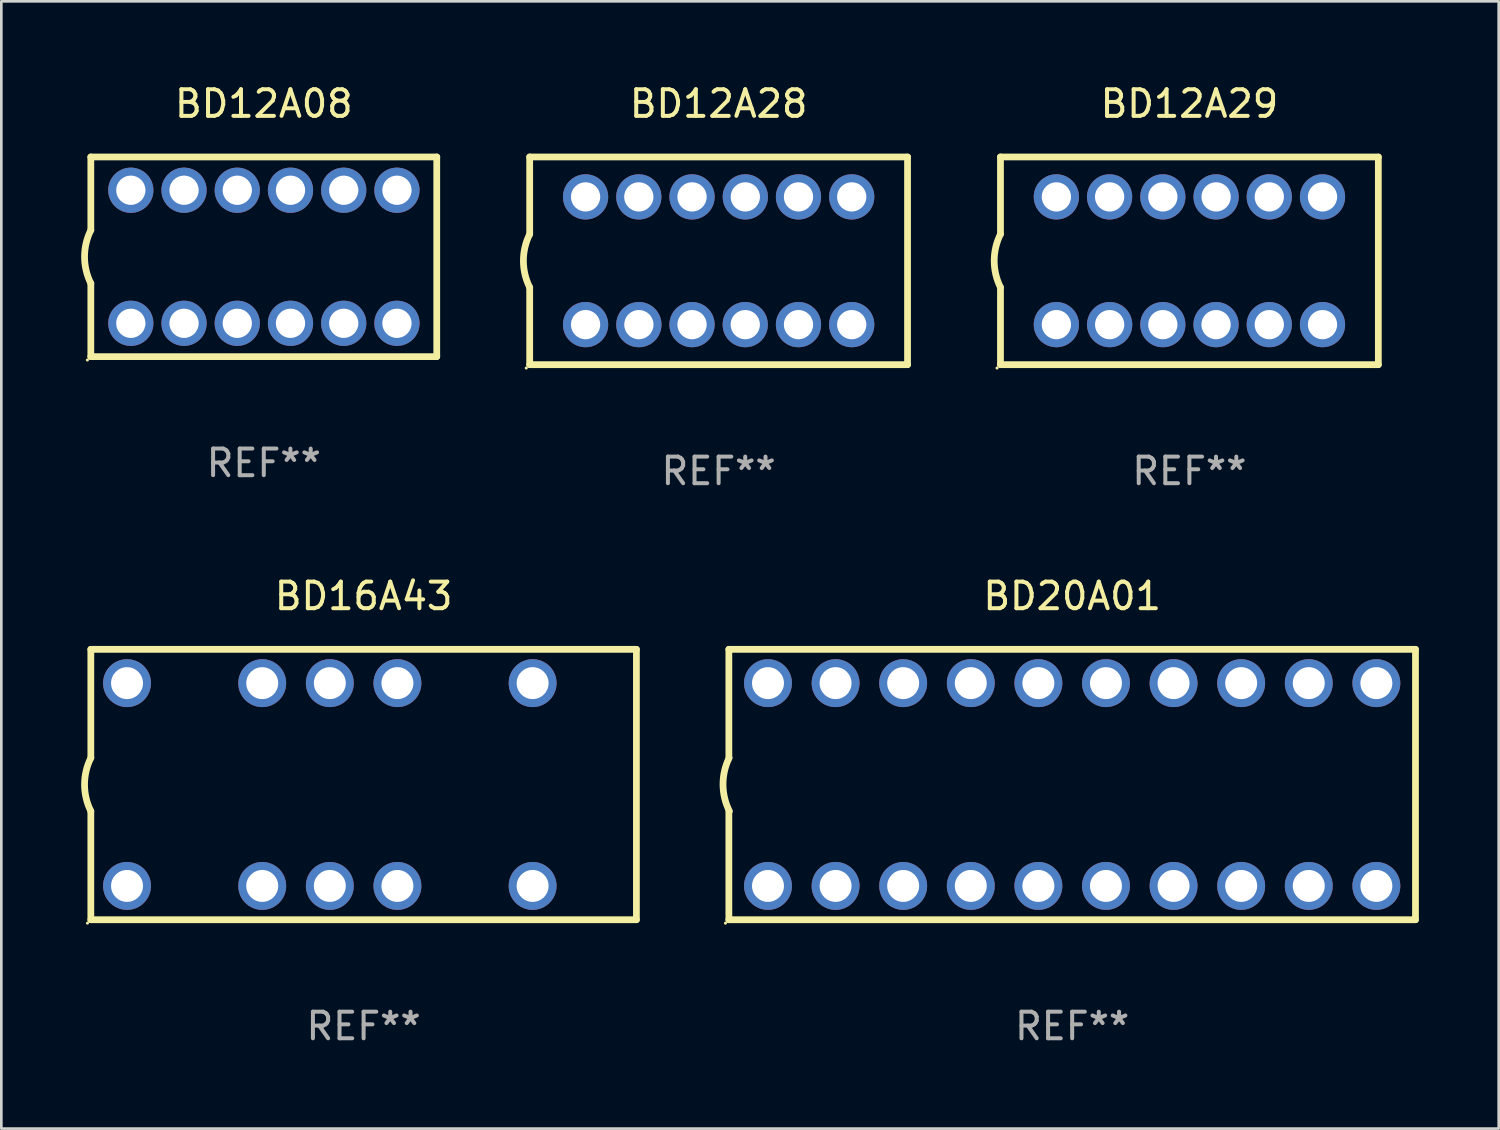
<source format=kicad_pcb>
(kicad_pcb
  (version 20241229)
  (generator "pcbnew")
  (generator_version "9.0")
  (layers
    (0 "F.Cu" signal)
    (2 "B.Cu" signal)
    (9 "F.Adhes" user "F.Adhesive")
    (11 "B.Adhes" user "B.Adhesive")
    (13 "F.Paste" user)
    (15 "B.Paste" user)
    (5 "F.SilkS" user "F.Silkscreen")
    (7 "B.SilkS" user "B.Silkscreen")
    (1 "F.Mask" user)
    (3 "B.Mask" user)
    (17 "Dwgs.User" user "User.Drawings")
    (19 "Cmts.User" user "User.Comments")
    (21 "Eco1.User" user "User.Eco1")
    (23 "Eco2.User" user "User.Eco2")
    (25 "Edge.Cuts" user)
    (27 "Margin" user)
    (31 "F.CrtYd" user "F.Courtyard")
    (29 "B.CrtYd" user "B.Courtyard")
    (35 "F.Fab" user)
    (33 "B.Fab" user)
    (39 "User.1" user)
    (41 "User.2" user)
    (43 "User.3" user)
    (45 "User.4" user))
  (footprint "BD16A43"
    (layer "F.Cu")
    (at 10.613 26.429)
    (property "Reference" "BD16A43" (at 0 -7.08 0) (layer "F.SilkS") (effects (font (size 1 1) (thickness 0.15))))
    (attr through_hole)
    (fp_line (start -10.25 -5.08) (end 10.25 -5.08) (stroke (width 0.254) (type solid)) (layer "F.SilkS"))
    (fp_line (start -10.25 -1) (end -10.25 -5.08) (stroke (width 0.254) (type solid)) (layer "F.SilkS"))
    (fp_line (start -10.25 5.08) (end -10.25 1) (stroke (width 0.254) (type solid)) (layer "F.SilkS"))
    (fp_line (start 10.25 -5.08) (end 10.25 5.08) (stroke (width 0.254) (type solid)) (layer "F.SilkS"))
    (fp_line (start 10.25 5.08) (end -10.25 5.08) (stroke (width 0.254) (type solid)) (layer "F.SilkS"))
    (fp_arc (start -10.249987 1) (mid -10.486055 0) (end -10.249987 -1) (stroke (width 0.254001) (type solid)) (layer "F.SilkS"))
    (fp_circle (center -10.377 5.207) (end -10.347 5.207) (stroke (width 0.06) (type solid)) (fill no) (layer "F.SilkS"))
    (fp_text user "REF**" (at 0 9.08 0) (layer "F.Fab") (effects (font (size 1 1) (thickness 0.15))))
    (pad "1" thru_hole circle (at -8.89 3.81) (size 1.8 1.8) (drill 1.2) (layers "*.Cu" "*.Mask"))
    (pad "3" thru_hole circle (at -3.81 3.81) (size 1.8 1.8) (drill 1.2) (layers "*.Cu" "*.Mask"))
    (pad "4" thru_hole circle (at -1.27 3.81) (size 1.8 1.8) (drill 1.2) (layers "*.Cu" "*.Mask"))
    (pad "5" thru_hole circle (at 1.27 3.81) (size 1.8 1.8) (drill 1.2) (layers "*.Cu" "*.Mask"))
    (pad "7" thru_hole circle (at 6.35 3.81) (size 1.8 1.8) (drill 1.2) (layers "*.Cu" "*.Mask"))
    (pad "10" thru_hole circle (at 6.35 -3.81) (size 1.8 1.8) (drill 1.2) (layers "*.Cu" "*.Mask"))
    (pad "12" thru_hole circle (at 1.27 -3.81) (size 1.8 1.8) (drill 1.2) (layers "*.Cu" "*.Mask"))
    (pad "13" thru_hole circle (at -1.27 -3.81) (size 1.8 1.8) (drill 1.2) (layers "*.Cu" "*.Mask"))
    (pad "14" thru_hole circle (at -3.81 -3.81) (size 1.8 1.8) (drill 1.2) (layers "*.Cu" "*.Mask"))
    (pad "16" thru_hole circle (at -8.89 -3.81) (size 1.8 1.8) (drill 1.2) (layers "*.Cu" "*.Mask")))
  (footprint "BD20A01"
    (layer "F.Cu")
    (at 37.237 26.429)
    (property "Reference" "BD20A01" (at 0 -7.08 0) (layer "F.SilkS") (effects (font (size 1 1) (thickness 0.15))))
    (attr through_hole)
    (fp_line (start -12.9 -5.08) (end -12.9 -1) (stroke (width 0.254) (type solid)) (layer "F.SilkS"))
    (fp_line (start -12.9 -5.08) (end 12.9 -5.08) (stroke (width 0.254) (type solid)) (layer "F.SilkS"))
    (fp_line (start -12.9 5.08) (end -12.9 1) (stroke (width 0.254) (type solid)) (layer "F.SilkS"))
    (fp_line (start 12.9 -5.08) (end 12.9 5.08) (stroke (width 0.254) (type solid)) (layer "F.SilkS"))
    (fp_line (start 12.9 5.08) (end -12.9 5.08) (stroke (width 0.254) (type solid)) (layer "F.SilkS"))
    (fp_arc (start -12.88001 1) (mid -13.11949 0.00117) (end -12.889992 -1) (stroke (width 0.254001) (type solid)) (layer "F.SilkS"))
    (fp_circle (center -13.027 5.207) (end -12.997 5.207) (stroke (width 0.06) (type solid)) (fill no) (layer "F.SilkS"))
    (fp_text user "REF**" (at 0 9.08 0) (layer "F.Fab") (effects (font (size 1 1) (thickness 0.15))))
    (pad "1" thru_hole circle (at -11.43 3.81) (size 1.8 1.8) (drill 1.2) (layers "*.Cu" "*.Mask"))
    (pad "2" thru_hole circle (at -8.89 3.81) (size 1.8 1.8) (drill 1.2) (layers "*.Cu" "*.Mask"))
    (pad "3" thru_hole circle (at -6.35 3.81) (size 1.8 1.8) (drill 1.2) (layers "*.Cu" "*.Mask"))
    (pad "4" thru_hole circle (at -3.81 3.81) (size 1.8 1.8) (drill 1.2) (layers "*.Cu" "*.Mask"))
    (pad "5" thru_hole circle (at -1.27 3.81) (size 1.8 1.8) (drill 1.2) (layers "*.Cu" "*.Mask"))
    (pad "6" thru_hole circle (at 1.27 3.81) (size 1.8 1.8) (drill 1.2) (layers "*.Cu" "*.Mask"))
    (pad "7" thru_hole circle (at 3.81 3.81) (size 1.8 1.8) (drill 1.2) (layers "*.Cu" "*.Mask"))
    (pad "8" thru_hole circle (at 6.35 3.81) (size 1.8 1.8) (drill 1.2) (layers "*.Cu" "*.Mask"))
    (pad "9" thru_hole circle (at 8.89 3.81) (size 1.8 1.8) (drill 1.2) (layers "*.Cu" "*.Mask"))
    (pad "10" thru_hole circle (at 11.43 3.81) (size 1.8 1.8) (drill 1.2) (layers "*.Cu" "*.Mask"))
    (pad "11" thru_hole circle (at 11.43 -3.81) (size 1.8 1.8) (drill 1.2) (layers "*.Cu" "*.Mask"))
    (pad "12" thru_hole circle (at 8.89 -3.81) (size 1.8 1.8) (drill 1.2) (layers "*.Cu" "*.Mask"))
    (pad "13" thru_hole circle (at 6.35 -3.81) (size 1.8 1.8) (drill 1.2) (layers "*.Cu" "*.Mask"))
    (pad "14" thru_hole circle (at 3.81 -3.81) (size 1.8 1.8) (drill 1.2) (layers "*.Cu" "*.Mask"))
    (pad "15" thru_hole circle (at 1.27 -3.81) (size 1.8 1.8) (drill 1.2) (layers "*.Cu" "*.Mask"))
    (pad "16" thru_hole circle (at -1.27 -3.81) (size 1.8 1.8) (drill 1.2) (layers "*.Cu" "*.Mask"))
    (pad "17" thru_hole circle (at -3.81 -3.81) (size 1.8 1.8) (drill 1.2) (layers "*.Cu" "*.Mask"))
    (pad "18" thru_hole circle (at -6.35 -3.81) (size 1.8 1.8) (drill 1.2) (layers "*.Cu" "*.Mask"))
    (pad "19" thru_hole circle (at -8.89 -3.81) (size 1.8 1.8) (drill 1.2) (layers "*.Cu" "*.Mask"))
    (pad "20" thru_hole circle (at -11.43 -3.81) (size 1.8 1.8) (drill 1.2) (layers "*.Cu" "*.Mask")))
  (footprint "BD12A28"
    (layer "F.Cu")
    (at 23.952 6.75)
    (property "Reference" "BD12A28" (at 0 -5.902 0) (layer "F.SilkS") (effects (font (size 1 1) (thickness 0.15))))
    (attr through_hole)
    (fp_line (start -7.099 -3.902) (end 7.101 -3.902) (stroke (width 0.254) (type solid)) (layer "F.SilkS"))
    (fp_line (start -7.099 -1.002) (end -7.099 -3.902) (stroke (width 0.254) (type solid)) (layer "F.SilkS"))
    (fp_line (start -7.099 3.898) (end -7.099 0.998) (stroke (width 0.254) (type solid)) (layer "F.SilkS"))
    (fp_line (start 7.099 -3.898) (end 7.099 3.902) (stroke (width 0.254) (type solid)) (layer "F.SilkS"))
    (fp_line (start 7.099 3.902) (end -7.101 3.902) (stroke (width 0.254) (type solid)) (layer "F.SilkS"))
    (fp_arc (start -7.098971 0.997981) (mid -7.335039 -0.002019) (end -7.098971 -1.002019) (stroke (width 0.254001) (type solid)) (layer "F.SilkS"))
    (fp_circle (center -7.228 4.029) (end -7.198 4.029) (stroke (width 0.06) (type solid)) (fill no) (layer "F.SilkS"))
    (fp_text user "REF**" (at 0 7.902 0) (layer "F.Fab") (effects (font (size 1 1) (thickness 0.15))))
    (pad "1" thru_hole circle (at -4.999 2.398) (size 1.7 1.7) (drill 1.1) (layers "*.Cu" "*.Mask"))
    (pad "2" thru_hole circle (at -2.997 2.398) (size 1.7 1.7) (drill 1.1) (layers "*.Cu" "*.Mask"))
    (pad "3" thru_hole circle (at -0.999 2.398) (size 1.7 1.7) (drill 1.1) (layers "*.Cu" "*.Mask"))
    (pad "4" thru_hole circle (at 1.001 2.398) (size 1.7 1.7) (drill 1.1) (layers "*.Cu" "*.Mask"))
    (pad "5" thru_hole circle (at 3.001 2.398) (size 1.7 1.7) (drill 1.1) (layers "*.Cu" "*.Mask"))
    (pad "6" thru_hole circle (at 5.001 2.398) (size 1.7 1.7) (drill 1.1) (layers "*.Cu" "*.Mask"))
    (pad "7" thru_hole circle (at 5.001 -2.402) (size 1.7 1.7) (drill 1.1) (layers "*.Cu" "*.Mask"))
    (pad "8" thru_hole circle (at 3.001 -2.402) (size 1.7 1.7) (drill 1.1) (layers "*.Cu" "*.Mask"))
    (pad "9" thru_hole circle (at 1.003 -2.402) (size 1.7 1.7) (drill 1.1) (layers "*.Cu" "*.Mask"))
    (pad "10" thru_hole circle (at -0.999 -2.402) (size 1.7 1.7) (drill 1.1) (layers "*.Cu" "*.Mask"))
    (pad "11" thru_hole circle (at -2.999 -2.402) (size 1.7 1.7) (drill 1.1) (layers "*.Cu" "*.Mask"))
    (pad "12" thru_hole circle (at -4.999 -2.402) (size 1.7 1.7) (drill 1.1) (layers "*.Cu" "*.Mask")))
  (footprint "BD12A29"
    (layer "F.Cu")
    (at 41.642 6.75)
    (property "Reference" "BD12A29" (at 0 -5.902 0) (layer "F.SilkS") (effects (font (size 1 1) (thickness 0.15))))
    (attr through_hole)
    (fp_line (start -7.099 -3.902) (end 7.101 -3.902) (stroke (width 0.254) (type solid)) (layer "F.SilkS"))
    (fp_line (start -7.099 -1.002) (end -7.099 -3.902) (stroke (width 0.254) (type solid)) (layer "F.SilkS"))
    (fp_line (start -7.099 3.898) (end -7.099 0.998) (stroke (width 0.254) (type solid)) (layer "F.SilkS"))
    (fp_line (start 7.099 -3.898) (end 7.099 3.902) (stroke (width 0.254) (type solid)) (layer "F.SilkS"))
    (fp_line (start 7.099 3.902) (end -7.101 3.902) (stroke (width 0.254) (type solid)) (layer "F.SilkS"))
    (fp_arc (start -7.098971 0.997981) (mid -7.335039 -0.002019) (end -7.098971 -1.002019) (stroke (width 0.254001) (type solid)) (layer "F.SilkS"))
    (fp_circle (center -7.228 4.029) (end -7.198 4.029) (stroke (width 0.06) (type solid)) (fill no) (layer "F.SilkS"))
    (fp_text user "REF**" (at 0 7.902 0) (layer "F.Fab") (effects (font (size 1 1) (thickness 0.15))))
    (pad "1" thru_hole circle (at -4.999 2.398) (size 1.7 1.7) (drill 1.1) (layers "*.Cu" "*.Mask"))
    (pad "2" thru_hole circle (at -2.997 2.398) (size 1.7 1.7) (drill 1.1) (layers "*.Cu" "*.Mask"))
    (pad "3" thru_hole circle (at -0.999 2.398) (size 1.7 1.7) (drill 1.1) (layers "*.Cu" "*.Mask"))
    (pad "4" thru_hole circle (at 1.001 2.398) (size 1.7 1.7) (drill 1.1) (layers "*.Cu" "*.Mask"))
    (pad "5" thru_hole circle (at 3.001 2.398) (size 1.7 1.7) (drill 1.1) (layers "*.Cu" "*.Mask"))
    (pad "6" thru_hole circle (at 5.001 2.398) (size 1.7 1.7) (drill 1.1) (layers "*.Cu" "*.Mask"))
    (pad "7" thru_hole circle (at 5.001 -2.402) (size 1.7 1.7) (drill 1.1) (layers "*.Cu" "*.Mask"))
    (pad "8" thru_hole circle (at 3.001 -2.402) (size 1.7 1.7) (drill 1.1) (layers "*.Cu" "*.Mask"))
    (pad "9" thru_hole circle (at 1.003 -2.402) (size 1.7 1.7) (drill 1.1) (layers "*.Cu" "*.Mask"))
    (pad "10" thru_hole circle (at -0.999 -2.402) (size 1.7 1.7) (drill 1.1) (layers "*.Cu" "*.Mask"))
    (pad "11" thru_hole circle (at -2.999 -2.402) (size 1.7 1.7) (drill 1.1) (layers "*.Cu" "*.Mask"))
    (pad "12" thru_hole circle (at -4.999 -2.402) (size 1.7 1.7) (drill 1.1) (layers "*.Cu" "*.Mask")))
  (footprint "BD12A08"
    (layer "F.Cu")
    (at 6.862 6.599)
    (property "Reference" "BD12A08" (at 0 -5.751 0) (layer "F.SilkS") (effects (font (size 1 1) (thickness 0.15))))
    (attr through_hole)
    (fp_line (start -6.499 -3.751) (end 6.501 -3.751) (stroke (width 0.254) (type solid)) (layer "F.SilkS"))
    (fp_line (start -6.499 -1.001) (end -6.499 -3.751) (stroke (width 0.254) (type solid)) (layer "F.SilkS"))
    (fp_line (start -6.499 3.749) (end -6.499 0.999) (stroke (width 0.254) (type solid)) (layer "F.SilkS"))
    (fp_line (start 6.499 -3.749) (end 6.499 3.751) (stroke (width 0.254) (type solid)) (layer "F.SilkS"))
    (fp_line (start 6.499 3.751) (end -6.501 3.751) (stroke (width 0.254) (type solid)) (layer "F.SilkS"))
    (fp_arc (start -6.498984 0.998997) (mid -6.735052 -0.001003) (end -6.498984 -1.001003) (stroke (width 0.254001) (type solid)) (layer "F.SilkS"))
    (fp_circle (center -6.628 3.878) (end -6.598 3.878) (stroke (width 0.06) (type solid)) (fill no) (layer "F.SilkS"))
    (fp_text user "REF**" (at 0 7.751 0) (layer "F.Fab") (effects (font (size 1 1) (thickness 0.15))))
    (pad "1" thru_hole circle (at -4.997 2.499) (size 1.7 1.7) (drill 1.1) (layers "*.Cu" "*.Mask"))
    (pad "2" thru_hole circle (at -2.997 2.499) (size 1.7 1.7) (drill 1.1) (layers "*.Cu" "*.Mask"))
    (pad "3" thru_hole circle (at -0.997 2.499) (size 1.7 1.7) (drill 1.1) (layers "*.Cu" "*.Mask"))
    (pad "4" thru_hole circle (at 1.003 2.499) (size 1.7 1.7) (drill 1.1) (layers "*.Cu" "*.Mask"))
    (pad "5" thru_hole circle (at 3.003 2.499) (size 1.7 1.7) (drill 1.1) (layers "*.Cu" "*.Mask"))
    (pad "6" thru_hole circle (at 5.003 2.499) (size 1.7 1.7) (drill 1.1) (layers "*.Cu" "*.Mask"))
    (pad "7" thru_hole circle (at 5.003 -2.501) (size 1.7 1.7) (drill 1.1) (layers "*.Cu" "*.Mask"))
    (pad "8" thru_hole circle (at 3.003 -2.501) (size 1.7 1.7) (drill 1.1) (layers "*.Cu" "*.Mask"))
    (pad "9" thru_hole circle (at 1.003 -2.501) (size 1.7 1.7) (drill 1.1) (layers "*.Cu" "*.Mask"))
    (pad "10" thru_hole circle (at -0.997 -2.501) (size 1.7 1.7) (drill 1.1) (layers "*.Cu" "*.Mask"))
    (pad "11" thru_hole circle (at -2.997 -2.501) (size 1.7 1.7) (drill 1.1) (layers "*.Cu" "*.Mask"))
    (pad "12" thru_hole circle (at -4.997 -2.501) (size 1.7 1.7) (drill 1.1) (layers "*.Cu" "*.Mask")))
  (gr_rect
    (start -3 -3)
    (end 53.264 39.357)
    (stroke (width 0.1) (type default))
    (fill no)
    (layer "Edge.Cuts")))
</source>
